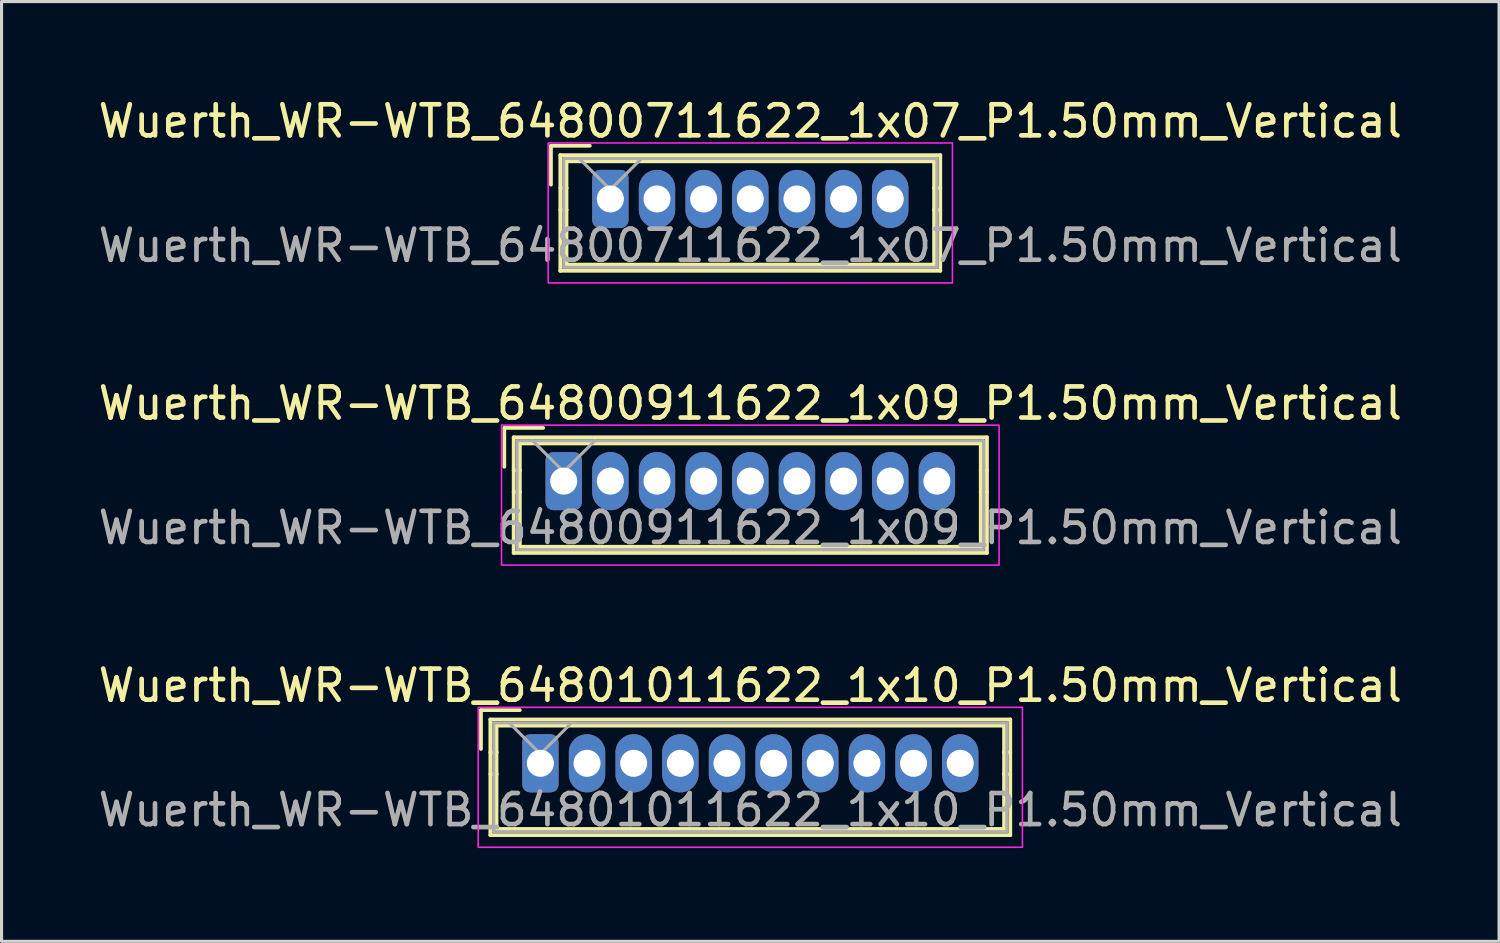
<source format=kicad_pcb>
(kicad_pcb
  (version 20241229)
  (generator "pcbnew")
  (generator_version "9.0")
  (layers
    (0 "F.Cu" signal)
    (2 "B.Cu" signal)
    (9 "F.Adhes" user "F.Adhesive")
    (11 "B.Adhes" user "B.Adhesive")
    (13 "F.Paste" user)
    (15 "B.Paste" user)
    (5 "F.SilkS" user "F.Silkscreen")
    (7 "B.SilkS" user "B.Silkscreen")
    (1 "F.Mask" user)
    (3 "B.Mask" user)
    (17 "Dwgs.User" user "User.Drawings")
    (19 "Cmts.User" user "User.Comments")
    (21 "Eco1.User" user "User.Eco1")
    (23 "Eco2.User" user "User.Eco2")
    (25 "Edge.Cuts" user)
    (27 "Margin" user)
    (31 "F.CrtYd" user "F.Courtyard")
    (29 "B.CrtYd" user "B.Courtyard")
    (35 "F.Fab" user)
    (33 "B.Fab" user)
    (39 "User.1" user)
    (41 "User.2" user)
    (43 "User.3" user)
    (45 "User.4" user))
  (footprint "Wuerth_WR-WTB_64801011622_1x10_P1.50mm_Vertical"
    (layer "F.Cu")
    (at 14.327 21.495)
    (property "Reference" "Wuerth_WR-WTB_64801011622_1x10_P1.50mm_Vertical" (at 6.75 -2.5 0) (layer "F.SilkS") (effects (font (size 1 1) (thickness 0.15))))
    (attr through_hole)
    (fp_line (start -1.91 -1.71) (end -1.91 -0.46) (stroke (width 0.12) (type solid)) (layer "F.SilkS"))
    (fp_line (start -1.61 -1.41) (end -1.61 2.31) (stroke (width 0.12) (type solid)) (layer "F.SilkS"))
    (fp_line (start -1.61 -0.35) (end -1.41 -0.35) (stroke (width 0.12) (type solid)) (layer "F.SilkS"))
    (fp_line (start -1.61 2.31) (end 15.11 2.31) (stroke (width 0.12) (type solid)) (layer "F.SilkS"))
    (fp_line (start -1.41 -1.21) (end 14.91 -1.21) (stroke (width 0.12) (type solid)) (layer "F.SilkS"))
    (fp_line (start -1.41 -0.35) (end -1.41 -1.21) (stroke (width 0.12) (type solid)) (layer "F.SilkS"))
    (fp_line (start -1.41 -0.35) (end -1.41 0.35) (stroke (width 0.12) (type solid)) (layer "F.SilkS"))
    (fp_line (start -1.41 0.35) (end -1.61 0.35) (stroke (width 0.12) (type solid)) (layer "F.SilkS"))
    (fp_line (start -1.41 0.35) (end -1.41 2.11) (stroke (width 0.12) (type solid)) (layer "F.SilkS"))
    (fp_line (start -1.41 2.11) (end 14.91 2.11) (stroke (width 0.12) (type solid)) (layer "F.SilkS"))
    (fp_line (start -0.66 -1.71) (end -1.91 -1.71) (stroke (width 0.12) (type solid)) (layer "F.SilkS"))
    (fp_line (start 14.91 -1.21) (end 14.91 -0.35) (stroke (width 0.12) (type solid)) (layer "F.SilkS"))
    (fp_line (start 14.91 -0.35) (end 14.91 0.35) (stroke (width 0.12) (type solid)) (layer "F.SilkS"))
    (fp_line (start 14.91 -0.35) (end 15.11 -0.35) (stroke (width 0.12) (type solid)) (layer "F.SilkS"))
    (fp_line (start 14.91 0.35) (end 15.11 0.35) (stroke (width 0.12) (type solid)) (layer "F.SilkS"))
    (fp_line (start 14.91 2.11) (end 14.91 0.35) (stroke (width 0.12) (type solid)) (layer "F.SilkS"))
    (fp_line (start 15.11 -1.41) (end -1.61 -1.41) (stroke (width 0.12) (type solid)) (layer "F.SilkS"))
    (fp_line (start 15.11 2.31) (end 15.11 -1.41) (stroke (width 0.12) (type solid)) (layer "F.SilkS"))
    (fp_rect (start 15.5 2.7) (end -2 -1.8) (stroke (width 0.05) (type solid)) (fill no) (layer "F.CrtYd"))
    (fp_line (start -1.5 -1.3) (end -1.5 2.2) (stroke (width 0.1) (type solid)) (layer "F.Fab"))
    (fp_line (start -1.5 2.2) (end 15 2.2) (stroke (width 0.1) (type solid)) (layer "F.Fab"))
    (fp_line (start -1 -1.3) (end 0 -0.3) (stroke (width 0.1) (type solid)) (layer "F.Fab"))
    (fp_line (start 0 -0.3) (end 1 -1.3) (stroke (width 0.1) (type solid)) (layer "F.Fab"))
    (fp_line (start 15 -1.3) (end -1.5 -1.3) (stroke (width 0.1) (type solid)) (layer "F.Fab"))
    (fp_line (start 15 2.2) (end 15 -1.3) (stroke (width 0.1) (type solid)) (layer "F.Fab"))
    (fp_text user "${REFERENCE}" (at 6.75 1.5 0) (layer "F.Fab") (effects (font (size 1 1) (thickness 0.15))))
    (pad "1" thru_hole roundrect (at 0 0) (size 1.17 1.87) (drill 0.87) (layers "*.Cu" "*.Mask") (roundrect_rratio 0.214))
    (pad "2" thru_hole oval (at 1.5 0) (size 1.17 1.87) (drill 0.87) (layers "*.Cu" "*.Mask"))
    (pad "3" thru_hole oval (at 3 0) (size 1.17 1.87) (drill 0.87) (layers "*.Cu" "*.Mask"))
    (pad "4" thru_hole oval (at 4.5 0) (size 1.17 1.87) (drill 0.87) (layers "*.Cu" "*.Mask"))
    (pad "5" thru_hole oval (at 6 0) (size 1.17 1.87) (drill 0.87) (layers "*.Cu" "*.Mask"))
    (pad "6" thru_hole oval (at 7.5 0) (size 1.17 1.87) (drill 0.87) (layers "*.Cu" "*.Mask"))
    (pad "7" thru_hole oval (at 9 0) (size 1.17 1.87) (drill 0.87) (layers "*.Cu" "*.Mask"))
    (pad "8" thru_hole oval (at 10.5 0) (size 1.17 1.87) (drill 0.87) (layers "*.Cu" "*.Mask"))
    (pad "9" thru_hole oval (at 12 0) (size 1.17 1.87) (drill 0.87) (layers "*.Cu" "*.Mask"))
    (pad "10" thru_hole oval (at 13.5 0) (size 1.17 1.87) (drill 0.87) (layers "*.Cu" "*.Mask")))
  (footprint "Wuerth_WR-WTB_64800911622_1x09_P1.50mm_Vertical"
    (layer "F.Cu")
    (at 15.077 12.421)
    (property "Reference" "Wuerth_WR-WTB_64800911622_1x09_P1.50mm_Vertical" (at 6 -2.5 0) (layer "F.SilkS") (effects (font (size 1 1) (thickness 0.15))))
    (attr through_hole)
    (fp_line (start -1.91 -1.71) (end -1.91 -0.46) (stroke (width 0.12) (type solid)) (layer "F.SilkS"))
    (fp_line (start -1.61 -1.41) (end -1.61 2.31) (stroke (width 0.12) (type solid)) (layer "F.SilkS"))
    (fp_line (start -1.61 -0.35) (end -1.41 -0.35) (stroke (width 0.12) (type solid)) (layer "F.SilkS"))
    (fp_line (start -1.61 2.31) (end 13.61 2.31) (stroke (width 0.12) (type solid)) (layer "F.SilkS"))
    (fp_line (start -1.41 -1.21) (end 13.41 -1.21) (stroke (width 0.12) (type solid)) (layer "F.SilkS"))
    (fp_line (start -1.41 -0.35) (end -1.41 -1.21) (stroke (width 0.12) (type solid)) (layer "F.SilkS"))
    (fp_line (start -1.41 -0.35) (end -1.41 0.35) (stroke (width 0.12) (type solid)) (layer "F.SilkS"))
    (fp_line (start -1.41 0.35) (end -1.61 0.35) (stroke (width 0.12) (type solid)) (layer "F.SilkS"))
    (fp_line (start -1.41 0.35) (end -1.41 2.11) (stroke (width 0.12) (type solid)) (layer "F.SilkS"))
    (fp_line (start -1.41 2.11) (end 13.41 2.11) (stroke (width 0.12) (type solid)) (layer "F.SilkS"))
    (fp_line (start -0.66 -1.71) (end -1.91 -1.71) (stroke (width 0.12) (type solid)) (layer "F.SilkS"))
    (fp_line (start 13.41 -1.21) (end 13.41 -0.35) (stroke (width 0.12) (type solid)) (layer "F.SilkS"))
    (fp_line (start 13.41 -0.35) (end 13.41 0.35) (stroke (width 0.12) (type solid)) (layer "F.SilkS"))
    (fp_line (start 13.41 -0.35) (end 13.61 -0.35) (stroke (width 0.12) (type solid)) (layer "F.SilkS"))
    (fp_line (start 13.41 0.35) (end 13.61 0.35) (stroke (width 0.12) (type solid)) (layer "F.SilkS"))
    (fp_line (start 13.41 2.11) (end 13.41 0.35) (stroke (width 0.12) (type solid)) (layer "F.SilkS"))
    (fp_line (start 13.61 -1.41) (end -1.61 -1.41) (stroke (width 0.12) (type solid)) (layer "F.SilkS"))
    (fp_line (start 13.61 2.31) (end 13.61 -1.41) (stroke (width 0.12) (type solid)) (layer "F.SilkS"))
    (fp_rect (start 14 2.7) (end -2 -1.8) (stroke (width 0.05) (type solid)) (fill no) (layer "F.CrtYd"))
    (fp_line (start -1.5 -1.3) (end -1.5 2.2) (stroke (width 0.1) (type solid)) (layer "F.Fab"))
    (fp_line (start -1.5 2.2) (end 13.5 2.2) (stroke (width 0.1) (type solid)) (layer "F.Fab"))
    (fp_line (start -1 -1.3) (end 0 -0.3) (stroke (width 0.1) (type solid)) (layer "F.Fab"))
    (fp_line (start 0 -0.3) (end 1 -1.3) (stroke (width 0.1) (type solid)) (layer "F.Fab"))
    (fp_line (start 13.5 -1.3) (end -1.5 -1.3) (stroke (width 0.1) (type solid)) (layer "F.Fab"))
    (fp_line (start 13.5 2.2) (end 13.5 -1.3) (stroke (width 0.1) (type solid)) (layer "F.Fab"))
    (fp_text user "${REFERENCE}" (at 6 1.5 0) (layer "F.Fab") (effects (font (size 1 1) (thickness 0.15))))
    (pad "1" thru_hole roundrect (at 0 0) (size 1.17 1.87) (drill 0.87) (layers "*.Cu" "*.Mask") (roundrect_rratio 0.214))
    (pad "2" thru_hole oval (at 1.5 0) (size 1.17 1.87) (drill 0.87) (layers "*.Cu" "*.Mask"))
    (pad "3" thru_hole oval (at 3 0) (size 1.17 1.87) (drill 0.87) (layers "*.Cu" "*.Mask"))
    (pad "4" thru_hole oval (at 4.5 0) (size 1.17 1.87) (drill 0.87) (layers "*.Cu" "*.Mask"))
    (pad "5" thru_hole oval (at 6 0) (size 1.17 1.87) (drill 0.87) (layers "*.Cu" "*.Mask"))
    (pad "6" thru_hole oval (at 7.5 0) (size 1.17 1.87) (drill 0.87) (layers "*.Cu" "*.Mask"))
    (pad "7" thru_hole oval (at 9 0) (size 1.17 1.87) (drill 0.87) (layers "*.Cu" "*.Mask"))
    (pad "8" thru_hole oval (at 10.5 0) (size 1.17 1.87) (drill 0.87) (layers "*.Cu" "*.Mask"))
    (pad "9" thru_hole oval (at 12 0) (size 1.17 1.87) (drill 0.87) (layers "*.Cu" "*.Mask")))
  (footprint "Wuerth_WR-WTB_64800711622_1x07_P1.50mm_Vertical"
    (layer "F.Cu")
    (at 16.577 3.348)
    (property "Reference" "Wuerth_WR-WTB_64800711622_1x07_P1.50mm_Vertical" (at 4.5 -2.5 0) (layer "F.SilkS") (effects (font (size 1 1) (thickness 0.15))))
    (attr through_hole)
    (fp_line (start -1.91 -1.71) (end -1.91 -0.46) (stroke (width 0.12) (type solid)) (layer "F.SilkS"))
    (fp_line (start -1.61 -1.41) (end -1.61 2.31) (stroke (width 0.12) (type solid)) (layer "F.SilkS"))
    (fp_line (start -1.61 -0.35) (end -1.41 -0.35) (stroke (width 0.12) (type solid)) (layer "F.SilkS"))
    (fp_line (start -1.61 2.31) (end 10.61 2.31) (stroke (width 0.12) (type solid)) (layer "F.SilkS"))
    (fp_line (start -1.41 -1.21) (end 10.41 -1.21) (stroke (width 0.12) (type solid)) (layer "F.SilkS"))
    (fp_line (start -1.41 -0.35) (end -1.41 -1.21) (stroke (width 0.12) (type solid)) (layer "F.SilkS"))
    (fp_line (start -1.41 -0.35) (end -1.41 0.35) (stroke (width 0.12) (type solid)) (layer "F.SilkS"))
    (fp_line (start -1.41 0.35) (end -1.61 0.35) (stroke (width 0.12) (type solid)) (layer "F.SilkS"))
    (fp_line (start -1.41 0.35) (end -1.41 2.11) (stroke (width 0.12) (type solid)) (layer "F.SilkS"))
    (fp_line (start -1.41 2.11) (end 10.41 2.11) (stroke (width 0.12) (type solid)) (layer "F.SilkS"))
    (fp_line (start -0.66 -1.71) (end -1.91 -1.71) (stroke (width 0.12) (type solid)) (layer "F.SilkS"))
    (fp_line (start 10.41 -1.21) (end 10.41 -0.35) (stroke (width 0.12) (type solid)) (layer "F.SilkS"))
    (fp_line (start 10.41 -0.35) (end 10.41 0.35) (stroke (width 0.12) (type solid)) (layer "F.SilkS"))
    (fp_line (start 10.41 -0.35) (end 10.61 -0.35) (stroke (width 0.12) (type solid)) (layer "F.SilkS"))
    (fp_line (start 10.41 0.35) (end 10.61 0.35) (stroke (width 0.12) (type solid)) (layer "F.SilkS"))
    (fp_line (start 10.41 2.11) (end 10.41 0.35) (stroke (width 0.12) (type solid)) (layer "F.SilkS"))
    (fp_line (start 10.61 -1.41) (end -1.61 -1.41) (stroke (width 0.12) (type solid)) (layer "F.SilkS"))
    (fp_line (start 10.61 2.31) (end 10.61 -1.41) (stroke (width 0.12) (type solid)) (layer "F.SilkS"))
    (fp_rect (start 11 2.7) (end -2 -1.8) (stroke (width 0.05) (type solid)) (fill no) (layer "F.CrtYd"))
    (fp_line (start -1.5 -1.3) (end -1.5 2.2) (stroke (width 0.1) (type solid)) (layer "F.Fab"))
    (fp_line (start -1.5 2.2) (end 10.5 2.2) (stroke (width 0.1) (type solid)) (layer "F.Fab"))
    (fp_line (start -1 -1.3) (end 0 -0.3) (stroke (width 0.1) (type solid)) (layer "F.Fab"))
    (fp_line (start 0 -0.3) (end 1 -1.3) (stroke (width 0.1) (type solid)) (layer "F.Fab"))
    (fp_line (start 10.5 -1.3) (end -1.5 -1.3) (stroke (width 0.1) (type solid)) (layer "F.Fab"))
    (fp_line (start 10.5 2.2) (end 10.5 -1.3) (stroke (width 0.1) (type solid)) (layer "F.Fab"))
    (fp_text user "${REFERENCE}" (at 4.5 1.5 0) (layer "F.Fab") (effects (font (size 1 1) (thickness 0.15))))
    (pad "1" thru_hole roundrect (at 0 0) (size 1.17 1.87) (drill 0.87) (layers "*.Cu" "*.Mask") (roundrect_rratio 0.214))
    (pad "2" thru_hole oval (at 1.5 0) (size 1.17 1.87) (drill 0.87) (layers "*.Cu" "*.Mask"))
    (pad "3" thru_hole oval (at 3 0) (size 1.17 1.87) (drill 0.87) (layers "*.Cu" "*.Mask"))
    (pad "4" thru_hole oval (at 4.5 0) (size 1.17 1.87) (drill 0.87) (layers "*.Cu" "*.Mask"))
    (pad "5" thru_hole oval (at 6 0) (size 1.17 1.87) (drill 0.87) (layers "*.Cu" "*.Mask"))
    (pad "6" thru_hole oval (at 7.5 0) (size 1.17 1.87) (drill 0.87) (layers "*.Cu" "*.Mask"))
    (pad "7" thru_hole oval (at 9 0) (size 1.17 1.87) (drill 0.87) (layers "*.Cu" "*.Mask")))
  (gr_rect
    (start -3 -3)
    (end 45.155 27.22)
    (stroke (width 0.1) (type default))
    (fill no)
    (layer "Edge.Cuts")))
</source>
